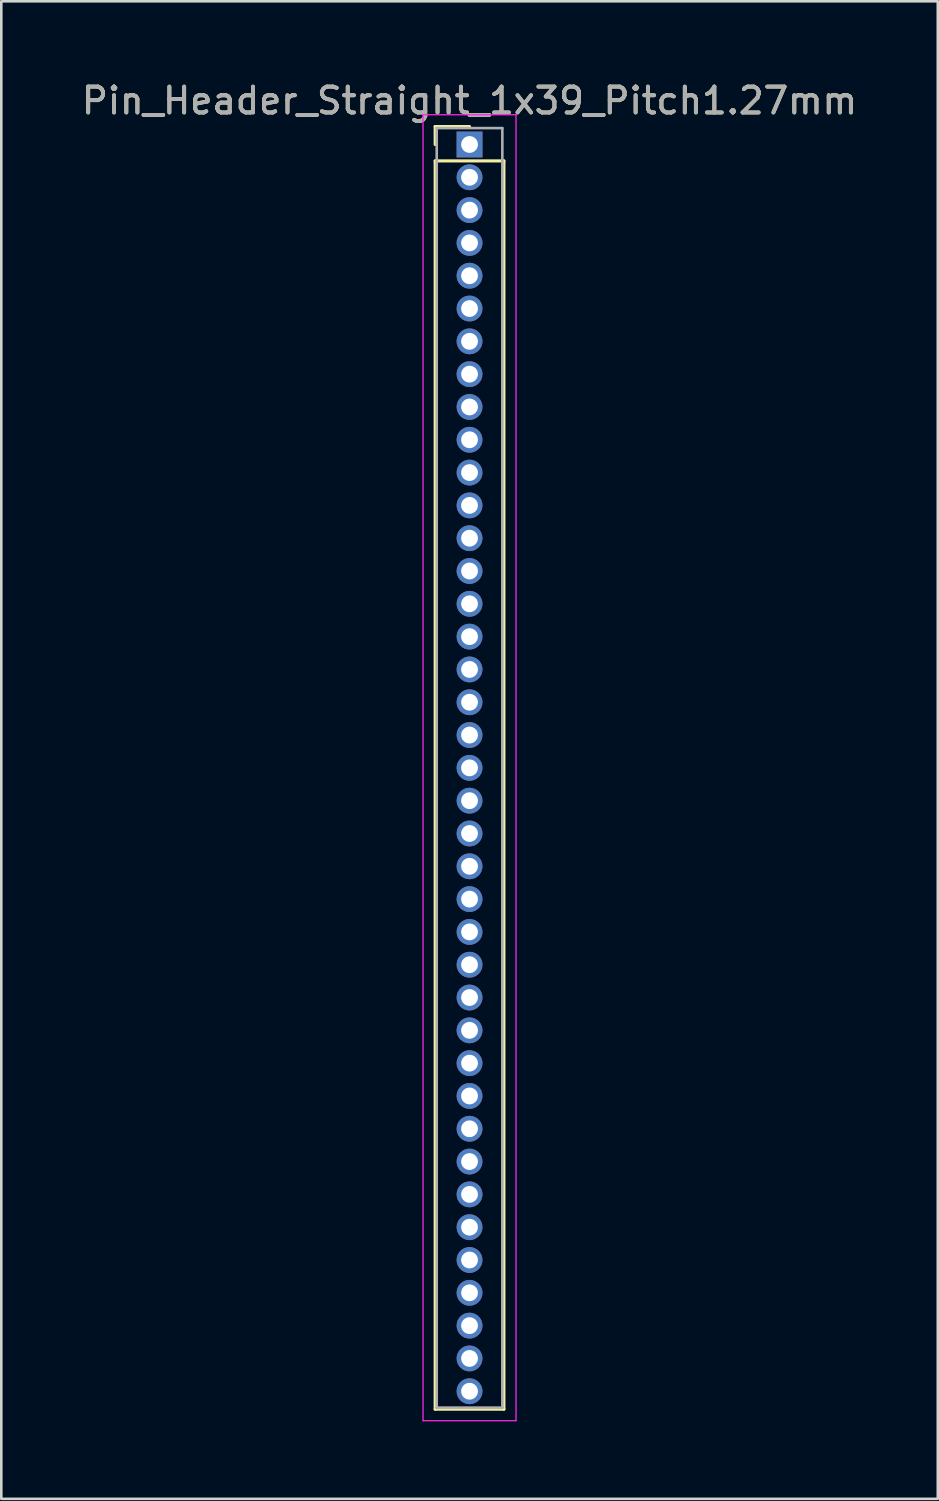
<source format=kicad_pcb>
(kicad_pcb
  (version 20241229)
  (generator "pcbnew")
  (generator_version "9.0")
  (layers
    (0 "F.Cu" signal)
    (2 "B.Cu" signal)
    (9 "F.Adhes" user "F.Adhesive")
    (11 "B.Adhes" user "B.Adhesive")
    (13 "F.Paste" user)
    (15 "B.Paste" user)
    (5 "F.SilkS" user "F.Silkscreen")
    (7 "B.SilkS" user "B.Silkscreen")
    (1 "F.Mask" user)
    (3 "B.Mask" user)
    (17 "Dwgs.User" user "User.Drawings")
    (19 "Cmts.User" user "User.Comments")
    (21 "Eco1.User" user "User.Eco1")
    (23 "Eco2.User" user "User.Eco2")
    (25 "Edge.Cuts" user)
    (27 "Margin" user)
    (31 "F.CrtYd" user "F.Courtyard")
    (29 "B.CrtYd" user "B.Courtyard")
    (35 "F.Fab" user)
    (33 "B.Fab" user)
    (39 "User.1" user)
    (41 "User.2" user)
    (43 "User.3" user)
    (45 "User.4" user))
  (footprint "Pin_Header_Straight_1x39_Pitch1.27mm"
    (layer "F.Cu")
    (at 15.125 2.543)
    (property "Reference" "Pin_Header_Straight_1x39_Pitch1.27mm" (at 0 -1.695 0) (layer "F.SilkS") (effects (font (size 1 1) (thickness 0.15))))
    (attr through_hole)
    (fp_line (start -1.33 -0.695) (end 0 -0.695) (stroke (width 0.12) (type solid)) (layer "F.SilkS"))
    (fp_line (start -1.33 0) (end -1.33 -0.695) (stroke (width 0.12) (type solid)) (layer "F.SilkS"))
    (fp_line (start -1.33 0.635) (end -1.33 48.955) (stroke (width 0.12) (type solid)) (layer "F.SilkS"))
    (fp_line (start -1.33 48.955) (end 1.33 48.955) (stroke (width 0.12) (type solid)) (layer "F.SilkS"))
    (fp_line (start 1.33 0.635) (end -1.33 0.635) (stroke (width 0.12) (type solid)) (layer "F.SilkS"))
    (fp_line (start 1.33 48.955) (end 1.33 0.635) (stroke (width 0.12) (type solid)) (layer "F.SilkS"))
    (fp_line (start -1.8 -1.15) (end -1.8 49.4) (stroke (width 0.05) (type solid)) (layer "F.CrtYd"))
    (fp_line (start -1.8 49.4) (end 1.8 49.4) (stroke (width 0.05) (type solid)) (layer "F.CrtYd"))
    (fp_line (start 1.8 -1.15) (end -1.8 -1.15) (stroke (width 0.05) (type solid)) (layer "F.CrtYd"))
    (fp_line (start 1.8 49.4) (end 1.8 -1.15) (stroke (width 0.05) (type solid)) (layer "F.CrtYd"))
    (fp_line (start -1.27 -0.635) (end -1.27 48.895) (stroke (width 0.1) (type solid)) (layer "F.Fab"))
    (fp_line (start -1.27 48.895) (end 1.27 48.895) (stroke (width 0.1) (type solid)) (layer "F.Fab"))
    (fp_line (start 1.27 -0.635) (end -1.27 -0.635) (stroke (width 0.1) (type solid)) (layer "F.Fab"))
    (fp_line (start 1.27 48.895) (end 1.27 -0.635) (stroke (width 0.1) (type solid)) (layer "F.Fab"))
    (fp_text user "${REFERENCE}" (at 0 -1.695 0) (layer "F.Fab") (effects (font (size 1 1) (thickness 0.15))))
    (pad "1" thru_hole rect (at 0 0) (size 1 1) (drill 0.65) (layers "*.Cu" "*.Mask"))
    (pad "2" thru_hole oval (at 0 1.27) (size 1 1) (drill 0.65) (layers "*.Cu" "*.Mask"))
    (pad "3" thru_hole oval (at 0 2.54) (size 1 1) (drill 0.65) (layers "*.Cu" "*.Mask"))
    (pad "4" thru_hole oval (at 0 3.81) (size 1 1) (drill 0.65) (layers "*.Cu" "*.Mask"))
    (pad "5" thru_hole oval (at 0 5.08) (size 1 1) (drill 0.65) (layers "*.Cu" "*.Mask"))
    (pad "6" thru_hole oval (at 0 6.35) (size 1 1) (drill 0.65) (layers "*.Cu" "*.Mask"))
    (pad "7" thru_hole oval (at 0 7.62) (size 1 1) (drill 0.65) (layers "*.Cu" "*.Mask"))
    (pad "8" thru_hole oval (at 0 8.89) (size 1 1) (drill 0.65) (layers "*.Cu" "*.Mask"))
    (pad "9" thru_hole oval (at 0 10.16) (size 1 1) (drill 0.65) (layers "*.Cu" "*.Mask"))
    (pad "10" thru_hole oval (at 0 11.43) (size 1 1) (drill 0.65) (layers "*.Cu" "*.Mask"))
    (pad "11" thru_hole oval (at 0 12.7) (size 1 1) (drill 0.65) (layers "*.Cu" "*.Mask"))
    (pad "12" thru_hole oval (at 0 13.97) (size 1 1) (drill 0.65) (layers "*.Cu" "*.Mask"))
    (pad "13" thru_hole oval (at 0 15.24) (size 1 1) (drill 0.65) (layers "*.Cu" "*.Mask"))
    (pad "14" thru_hole oval (at 0 16.51) (size 1 1) (drill 0.65) (layers "*.Cu" "*.Mask"))
    (pad "15" thru_hole oval (at 0 17.78) (size 1 1) (drill 0.65) (layers "*.Cu" "*.Mask"))
    (pad "16" thru_hole oval (at 0 19.05) (size 1 1) (drill 0.65) (layers "*.Cu" "*.Mask"))
    (pad "17" thru_hole oval (at 0 20.32) (size 1 1) (drill 0.65) (layers "*.Cu" "*.Mask"))
    (pad "18" thru_hole oval (at 0 21.59) (size 1 1) (drill 0.65) (layers "*.Cu" "*.Mask"))
    (pad "19" thru_hole oval (at 0 22.86) (size 1 1) (drill 0.65) (layers "*.Cu" "*.Mask"))
    (pad "20" thru_hole oval (at 0 24.13) (size 1 1) (drill 0.65) (layers "*.Cu" "*.Mask"))
    (pad "21" thru_hole oval (at 0 25.4) (size 1 1) (drill 0.65) (layers "*.Cu" "*.Mask"))
    (pad "22" thru_hole oval (at 0 26.67) (size 1 1) (drill 0.65) (layers "*.Cu" "*.Mask"))
    (pad "23" thru_hole oval (at 0 27.94) (size 1 1) (drill 0.65) (layers "*.Cu" "*.Mask"))
    (pad "24" thru_hole oval (at 0 29.21) (size 1 1) (drill 0.65) (layers "*.Cu" "*.Mask"))
    (pad "25" thru_hole oval (at 0 30.48) (size 1 1) (drill 0.65) (layers "*.Cu" "*.Mask"))
    (pad "26" thru_hole oval (at 0 31.75) (size 1 1) (drill 0.65) (layers "*.Cu" "*.Mask"))
    (pad "27" thru_hole oval (at 0 33.02) (size 1 1) (drill 0.65) (layers "*.Cu" "*.Mask"))
    (pad "28" thru_hole oval (at 0 34.29) (size 1 1) (drill 0.65) (layers "*.Cu" "*.Mask"))
    (pad "29" thru_hole oval (at 0 35.56) (size 1 1) (drill 0.65) (layers "*.Cu" "*.Mask"))
    (pad "30" thru_hole oval (at 0 36.83) (size 1 1) (drill 0.65) (layers "*.Cu" "*.Mask"))
    (pad "31" thru_hole oval (at 0 38.1) (size 1 1) (drill 0.65) (layers "*.Cu" "*.Mask"))
    (pad "32" thru_hole oval (at 0 39.37) (size 1 1) (drill 0.65) (layers "*.Cu" "*.Mask"))
    (pad "33" thru_hole oval (at 0 40.64) (size 1 1) (drill 0.65) (layers "*.Cu" "*.Mask"))
    (pad "34" thru_hole oval (at 0 41.91) (size 1 1) (drill 0.65) (layers "*.Cu" "*.Mask"))
    (pad "35" thru_hole oval (at 0 43.18) (size 1 1) (drill 0.65) (layers "*.Cu" "*.Mask"))
    (pad "36" thru_hole oval (at 0 44.45) (size 1 1) (drill 0.65) (layers "*.Cu" "*.Mask"))
    (pad "37" thru_hole oval (at 0 45.72) (size 1 1) (drill 0.65) (layers "*.Cu" "*.Mask"))
    (pad "38" thru_hole oval (at 0 46.99) (size 1 1) (drill 0.65) (layers "*.Cu" "*.Mask"))
    (pad "39" thru_hole oval (at 0 48.26) (size 1 1) (drill 0.65) (layers "*.Cu" "*.Mask")))
  (gr_rect
    (start -3 -3)
    (end 33.25 54.968)
    (stroke (width 0.1) (type default))
    (fill no)
    (layer "Edge.Cuts")))
</source>
